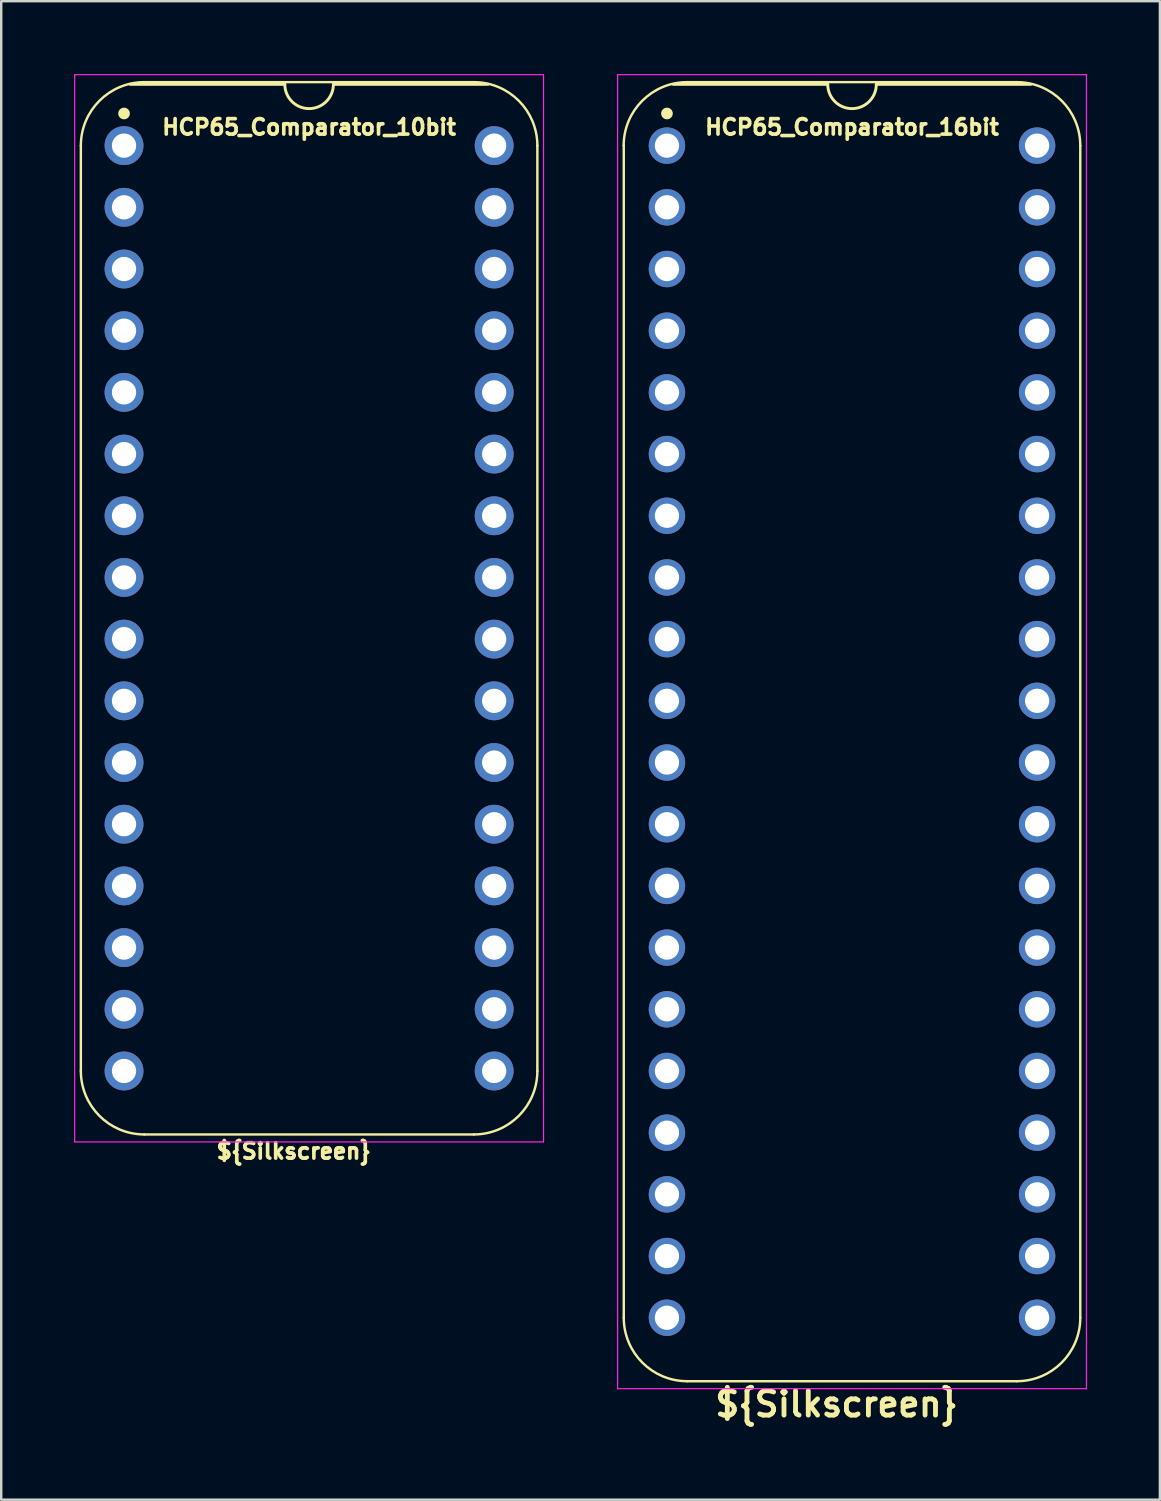
<source format=kicad_pcb>
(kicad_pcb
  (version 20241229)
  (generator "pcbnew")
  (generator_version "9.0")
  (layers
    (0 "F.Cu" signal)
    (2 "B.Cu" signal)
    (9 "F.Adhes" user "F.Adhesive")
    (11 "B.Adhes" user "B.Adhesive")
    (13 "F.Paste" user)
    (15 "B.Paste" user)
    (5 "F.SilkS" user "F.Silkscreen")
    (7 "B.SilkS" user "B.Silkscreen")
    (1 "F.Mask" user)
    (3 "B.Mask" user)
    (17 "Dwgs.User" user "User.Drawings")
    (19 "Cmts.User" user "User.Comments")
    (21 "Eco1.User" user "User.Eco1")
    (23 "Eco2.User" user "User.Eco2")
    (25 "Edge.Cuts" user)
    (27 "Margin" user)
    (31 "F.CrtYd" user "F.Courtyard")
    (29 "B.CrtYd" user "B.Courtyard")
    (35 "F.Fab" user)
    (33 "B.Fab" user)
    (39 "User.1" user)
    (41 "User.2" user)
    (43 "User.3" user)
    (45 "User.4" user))
  (footprint "HCP65_Comparator_10bit"
    (layer "F.Cu")
    (at 2.057 2.946)
    (property "Reference" "HCP65_Comparator_10bit" (at 7.62 -0.762 0) (layer "F.SilkS") (effects (font (size 0.635 0.635) (thickness 0.15))))
    (attr through_hole)
    (fp_line (start -1.778 38.1) (end -1.778 0) (stroke (width 0.1) (type solid)) (layer "F.SilkS"))
    (fp_line (start 0.836 -2.614) (end 14.404 -2.614) (stroke (width 0.1) (type solid)) (layer "F.SilkS"))
    (fp_line (start 6.62 -2.524) (end 0.254 -2.524) (stroke (width 0.12) (type solid)) (layer "F.SilkS"))
    (fp_line (start 14.404 40.714) (end 0.836 40.714) (stroke (width 0.1) (type solid)) (layer "F.SilkS"))
    (fp_line (start 14.986 -2.524) (end 8.62 -2.524) (stroke (width 0.12) (type solid)) (layer "F.SilkS"))
    (fp_line (start 17.018 38.1) (end 17.018 -0.000001) (stroke (width 0.1) (type solid)) (layer "F.SilkS"))
    (fp_arc (start -1.778 0) (mid -1.012456 -1.848188) (end 0.835732 -2.613732) (stroke (width 0.1) (type solid)) (layer "F.SilkS"))
    (fp_arc (start 0.835733 40.713733) (mid -1.012456 39.948189) (end -1.778 38.1) (stroke (width 0.1) (type solid)) (layer "F.SilkS"))
    (fp_arc (start 8.62 -2.524) (mid 7.62 -1.524) (end 6.62 -2.524) (stroke (width 0.12) (type solid)) (layer "F.SilkS"))
    (fp_arc (start 14.404267 -2.613733) (mid 16.252455 -1.848189) (end 17.017999 -0.000001) (stroke (width 0.1) (type solid)) (layer "F.SilkS"))
    (fp_arc (start 17.018 38.1) (mid 16.252455 39.948187) (end 14.404268 40.713732) (stroke (width 0.1) (type solid)) (layer "F.SilkS"))
    (fp_circle (center 0 -1.323) (end 0.18 -1.323) (stroke (width 0.12) (type solid)) (fill yes) (layer "F.SilkS"))
    (fp_line (start -2.032 -2.921) (end -2.032 41.021) (stroke (width 0.05) (type solid)) (layer "F.CrtYd"))
    (fp_line (start -2.032 -2.921) (end 17.272 -2.921) (stroke (width 0.05) (type solid)) (layer "F.CrtYd"))
    (fp_line (start -2.032 41.021) (end 17.272 41.021) (stroke (width 0.05) (type solid)) (layer "F.CrtYd"))
    (fp_line (start 17.272 -2.921) (end 17.272 41.021) (stroke (width 0.05) (type solid)) (layer "F.CrtYd"))
    (fp_text user "${Silkscreen}" (at 6.985 41.402 0) (layer "F.SilkS") (effects (font (size 0.635 0.635) (thickness 0.15))))
    (pad "1" thru_hole circle (at 0 0) (size 1.6 1.6) (drill 1) (layers "*.Cu" "*.Mask"))
    (pad "2" thru_hole circle (at 0 2.54) (size 1.6 1.6) (drill 1) (layers "*.Cu" "*.Mask"))
    (pad "3" thru_hole circle (at 0 5.08) (size 1.6 1.6) (drill 1) (layers "*.Cu" "*.Mask"))
    (pad "4" thru_hole circle (at 0 7.62) (size 1.6 1.6) (drill 1) (layers "*.Cu" "*.Mask"))
    (pad "5" thru_hole circle (at 0 10.16) (size 1.6 1.6) (drill 1) (layers "*.Cu" "*.Mask"))
    (pad "6" thru_hole circle (at 0 12.7) (size 1.6 1.6) (drill 1) (layers "*.Cu" "*.Mask"))
    (pad "7" thru_hole circle (at 0 15.24) (size 1.6 1.6) (drill 1) (layers "*.Cu" "*.Mask"))
    (pad "8" thru_hole circle (at 0 17.78) (size 1.6 1.6) (drill 1) (layers "*.Cu" "*.Mask"))
    (pad "9" thru_hole circle (at 0 20.32) (size 1.6 1.6) (drill 1) (layers "*.Cu" "*.Mask"))
    (pad "10" thru_hole circle (at 0 22.86) (size 1.6 1.6) (drill 1) (layers "*.Cu" "*.Mask"))
    (pad "11" thru_hole circle (at 0 25.4) (size 1.6 1.6) (drill 1) (layers "*.Cu" "*.Mask"))
    (pad "12" thru_hole circle (at 0 27.94) (size 1.6 1.6) (drill 1) (layers "*.Cu" "*.Mask"))
    (pad "13" thru_hole circle (at 0 30.48) (size 1.6 1.6) (drill 1) (layers "*.Cu" "*.Mask"))
    (pad "14" thru_hole circle (at 0 33.02) (size 1.6 1.6) (drill 1) (layers "*.Cu" "*.Mask"))
    (pad "15" thru_hole circle (at 0 35.56) (size 1.6 1.6) (drill 1) (layers "*.Cu" "*.Mask"))
    (pad "16" thru_hole circle (at 0 38.1) (size 1.6 1.6) (drill 1) (layers "*.Cu" "*.Mask"))
    (pad "17" thru_hole circle (at 15.24 38.1) (size 1.6 1.6) (drill 1) (layers "*.Cu" "*.Mask"))
    (pad "18" thru_hole circle (at 15.24 35.56) (size 1.6 1.6) (drill 1) (layers "*.Cu" "*.Mask"))
    (pad "19" thru_hole circle (at 15.24 33.02) (size 1.6 1.6) (drill 1) (layers "*.Cu" "*.Mask"))
    (pad "20" thru_hole circle (at 15.24 30.48) (size 1.6 1.6) (drill 1) (layers "*.Cu" "*.Mask"))
    (pad "21" thru_hole circle (at 15.24 27.94) (size 1.6 1.6) (drill 1) (layers "*.Cu" "*.Mask"))
    (pad "22" thru_hole circle (at 15.24 25.4) (size 1.6 1.6) (drill 1) (layers "*.Cu" "*.Mask"))
    (pad "23" thru_hole circle (at 15.24 22.86) (size 1.6 1.6) (drill 1) (layers "*.Cu" "*.Mask"))
    (pad "24" thru_hole circle (at 15.24 20.32) (size 1.6 1.6) (drill 1) (layers "*.Cu" "*.Mask"))
    (pad "25" thru_hole circle (at 15.24 17.78) (size 1.6 1.6) (drill 1) (layers "*.Cu" "*.Mask"))
    (pad "26" thru_hole circle (at 15.24 15.24) (size 1.6 1.6) (drill 1) (layers "*.Cu" "*.Mask"))
    (pad "27" thru_hole circle (at 15.24 12.7) (size 1.6 1.6) (drill 1) (layers "*.Cu" "*.Mask"))
    (pad "28" thru_hole circle (at 15.24 10.16) (size 1.6 1.6) (drill 1) (layers "*.Cu" "*.Mask"))
    (pad "29" thru_hole circle (at 15.24 7.62) (size 1.6 1.6) (drill 1) (layers "*.Cu" "*.Mask"))
    (pad "30" thru_hole circle (at 15.24 5.08) (size 1.6 1.6) (drill 1) (layers "*.Cu" "*.Mask"))
    (pad "31" thru_hole circle (at 15.24 2.54) (size 1.6 1.6) (drill 1) (layers "*.Cu" "*.Mask"))
    (pad "32" thru_hole circle (at 15.24 0) (size 1.6 1.6) (drill 1) (layers "*.Cu" "*.Mask")))
  (footprint "HCP65_Comparator_16bit"
    (layer "F.Cu")
    (at 24.411 2.946)
    (property "Reference" "HCP65_Comparator_16bit" (at 7.62 -0.762 0) (layer "F.SilkS") (effects (font (size 0.635 0.635) (thickness 0.15))))
    (property "Silkscreen" "${Silkscreen}" (at 6.985 51.816 0) (layer "F.SilkS") (effects (font (size 1 1) (thickness 0.2))))
    (attr through_hole)
    (fp_line (start -1.778 48.26) (end -1.778 0) (stroke (width 0.1) (type solid)) (layer "F.SilkS"))
    (fp_line (start 0.832 -2.614) (end 14.404 -2.614) (stroke (width 0.1) (type solid)) (layer "F.SilkS"))
    (fp_line (start 6.62 -2.524) (end 0.254 -2.524) (stroke (width 0.12) (type solid)) (layer "F.SilkS"))
    (fp_line (start 14.404 50.874) (end 0.836 50.874) (stroke (width 0.1) (type solid)) (layer "F.SilkS"))
    (fp_line (start 14.986 -2.524) (end 8.62 -2.524) (stroke (width 0.12) (type solid)) (layer "F.SilkS"))
    (fp_line (start 17.018 48.26) (end 17.018 0) (stroke (width 0.1) (type solid)) (layer "F.SilkS"))
    (fp_arc (start -1.781544 0) (mid -1.016 -1.848188) (end 0.832188 -2.613732) (stroke (width 0.1) (type solid)) (layer "F.SilkS"))
    (fp_arc (start 0.835733 50.873733) (mid -1.012456 50.108189) (end -1.778 48.26) (stroke (width 0.1) (type solid)) (layer "F.SilkS"))
    (fp_arc (start 8.62 -2.524) (mid 7.62 -1.524) (end 6.62 -2.524) (stroke (width 0.12) (type solid)) (layer "F.SilkS"))
    (fp_arc (start 14.404268 -2.613732) (mid 16.252456 -1.848188) (end 17.018 0) (stroke (width 0.1) (type solid)) (layer "F.SilkS"))
    (fp_arc (start 17.018001 48.260001) (mid 16.252456 50.108188) (end 14.404269 50.873733) (stroke (width 0.1) (type solid)) (layer "F.SilkS"))
    (fp_circle (center 0 -1.323) (end 0.18 -1.323) (stroke (width 0.12) (type solid)) (fill yes) (layer "F.SilkS"))
    (fp_line (start -2.032 -2.921) (end -2.032 51.181) (stroke (width 0.05) (type solid)) (layer "F.CrtYd"))
    (fp_line (start -2.032 -2.921) (end 17.272 -2.921) (stroke (width 0.05) (type solid)) (layer "F.CrtYd"))
    (fp_line (start -2.032 51.181) (end 17.272 51.181) (stroke (width 0.05) (type solid)) (layer "F.CrtYd"))
    (fp_line (start 17.272 -2.921) (end 17.272 51.181) (stroke (width 0.05) (type solid)) (layer "F.CrtYd"))
    (pad "1" thru_hole circle (at 0 0) (size 1.5 1.5) (drill 1) (layers "*.Cu" "*.Mask"))
    (pad "2" thru_hole circle (at 0 2.54) (size 1.5 1.5) (drill 1) (layers "*.Cu" "*.Mask"))
    (pad "3" thru_hole circle (at 0 5.08) (size 1.5 1.5) (drill 1) (layers "*.Cu" "*.Mask"))
    (pad "4" thru_hole circle (at 0 7.62) (size 1.5 1.5) (drill 1) (layers "*.Cu" "*.Mask"))
    (pad "5" thru_hole circle (at 0 10.16) (size 1.5 1.5) (drill 1) (layers "*.Cu" "*.Mask"))
    (pad "6" thru_hole circle (at 0 12.7) (size 1.5 1.5) (drill 1) (layers "*.Cu" "*.Mask"))
    (pad "7" thru_hole circle (at 0 15.24) (size 1.5 1.5) (drill 1) (layers "*.Cu" "*.Mask"))
    (pad "8" thru_hole circle (at 0 17.78) (size 1.5 1.5) (drill 1) (layers "*.Cu" "*.Mask"))
    (pad "9" thru_hole circle (at 0 20.32) (size 1.5 1.5) (drill 1) (layers "*.Cu" "*.Mask"))
    (pad "10" thru_hole circle (at 0 22.86) (size 1.5 1.5) (drill 1) (layers "*.Cu" "*.Mask"))
    (pad "11" thru_hole circle (at 0 25.4) (size 1.5 1.5) (drill 1) (layers "*.Cu" "*.Mask"))
    (pad "12" thru_hole circle (at 0 27.94) (size 1.5 1.5) (drill 1) (layers "*.Cu" "*.Mask"))
    (pad "13" thru_hole circle (at 0 30.48) (size 1.5 1.5) (drill 1) (layers "*.Cu" "*.Mask"))
    (pad "14" thru_hole circle (at 0 33.02) (size 1.5 1.5) (drill 1) (layers "*.Cu" "*.Mask"))
    (pad "15" thru_hole circle (at 0 35.56) (size 1.5 1.5) (drill 1) (layers "*.Cu" "*.Mask"))
    (pad "16" thru_hole circle (at 0 38.1) (size 1.5 1.5) (drill 1) (layers "*.Cu" "*.Mask"))
    (pad "17" thru_hole circle (at 0 40.64) (size 1.5 1.5) (drill 1) (layers "*.Cu" "*.Mask"))
    (pad "18" thru_hole circle (at 0 43.18) (size 1.5 1.5) (drill 1) (layers "*.Cu" "*.Mask"))
    (pad "19" thru_hole circle (at 0 45.72) (size 1.5 1.5) (drill 1) (layers "*.Cu" "*.Mask"))
    (pad "20" thru_hole circle (at 0 48.26) (size 1.5 1.5) (drill 1) (layers "*.Cu" "*.Mask"))
    (pad "21" thru_hole circle (at 15.24 48.26) (size 1.5 1.5) (drill 1) (layers "*.Cu" "*.Mask"))
    (pad "22" thru_hole circle (at 15.24 45.72) (size 1.5 1.5) (drill 1) (layers "*.Cu" "*.Mask"))
    (pad "23" thru_hole circle (at 15.24 43.18) (size 1.5 1.5) (drill 1) (layers "*.Cu" "*.Mask"))
    (pad "24" thru_hole circle (at 15.24 40.64) (size 1.5 1.5) (drill 1) (layers "*.Cu" "*.Mask"))
    (pad "25" thru_hole circle (at 15.24 38.1) (size 1.5 1.5) (drill 1) (layers "*.Cu" "*.Mask"))
    (pad "26" thru_hole circle (at 15.24 35.56) (size 1.5 1.5) (drill 1) (layers "*.Cu" "*.Mask"))
    (pad "27" thru_hole circle (at 15.24 33.02) (size 1.5 1.5) (drill 1) (layers "*.Cu" "*.Mask"))
    (pad "28" thru_hole circle (at 15.24 30.48) (size 1.5 1.5) (drill 1) (layers "*.Cu" "*.Mask"))
    (pad "29" thru_hole circle (at 15.24 27.94) (size 1.5 1.5) (drill 1) (layers "*.Cu" "*.Mask"))
    (pad "30" thru_hole circle (at 15.24 25.4) (size 1.5 1.5) (drill 1) (layers "*.Cu" "*.Mask"))
    (pad "31" thru_hole circle (at 15.24 22.86) (size 1.5 1.5) (drill 1) (layers "*.Cu" "*.Mask"))
    (pad "32" thru_hole circle (at 15.24 20.32) (size 1.5 1.5) (drill 1) (layers "*.Cu" "*.Mask"))
    (pad "33" thru_hole circle (at 15.24 17.78) (size 1.5 1.5) (drill 1) (layers "*.Cu" "*.Mask"))
    (pad "34" thru_hole circle (at 15.24 15.24) (size 1.5 1.5) (drill 1) (layers "*.Cu" "*.Mask"))
    (pad "35" thru_hole circle (at 15.24 12.7) (size 1.5 1.5) (drill 1) (layers "*.Cu" "*.Mask"))
    (pad "36" thru_hole circle (at 15.24 10.16) (size 1.5 1.5) (drill 1) (layers "*.Cu" "*.Mask"))
    (pad "37" thru_hole circle (at 15.24 7.62) (size 1.5 1.5) (drill 1) (layers "*.Cu" "*.Mask"))
    (pad "38" thru_hole circle (at 15.24 5.08) (size 1.5 1.5) (drill 1) (layers "*.Cu" "*.Mask"))
    (pad "39" thru_hole circle (at 15.24 2.54) (size 1.5 1.5) (drill 1) (layers "*.Cu" "*.Mask"))
    (pad "40" thru_hole circle (at 15.24 0) (size 1.5 1.5) (drill 1) (layers "*.Cu" "*.Mask")))
  (gr_rect
    (start -3 -3)
    (end 44.708 58.698)
    (stroke (width 0.1) (type default))
    (fill no)
    (layer "Edge.Cuts")))
</source>
